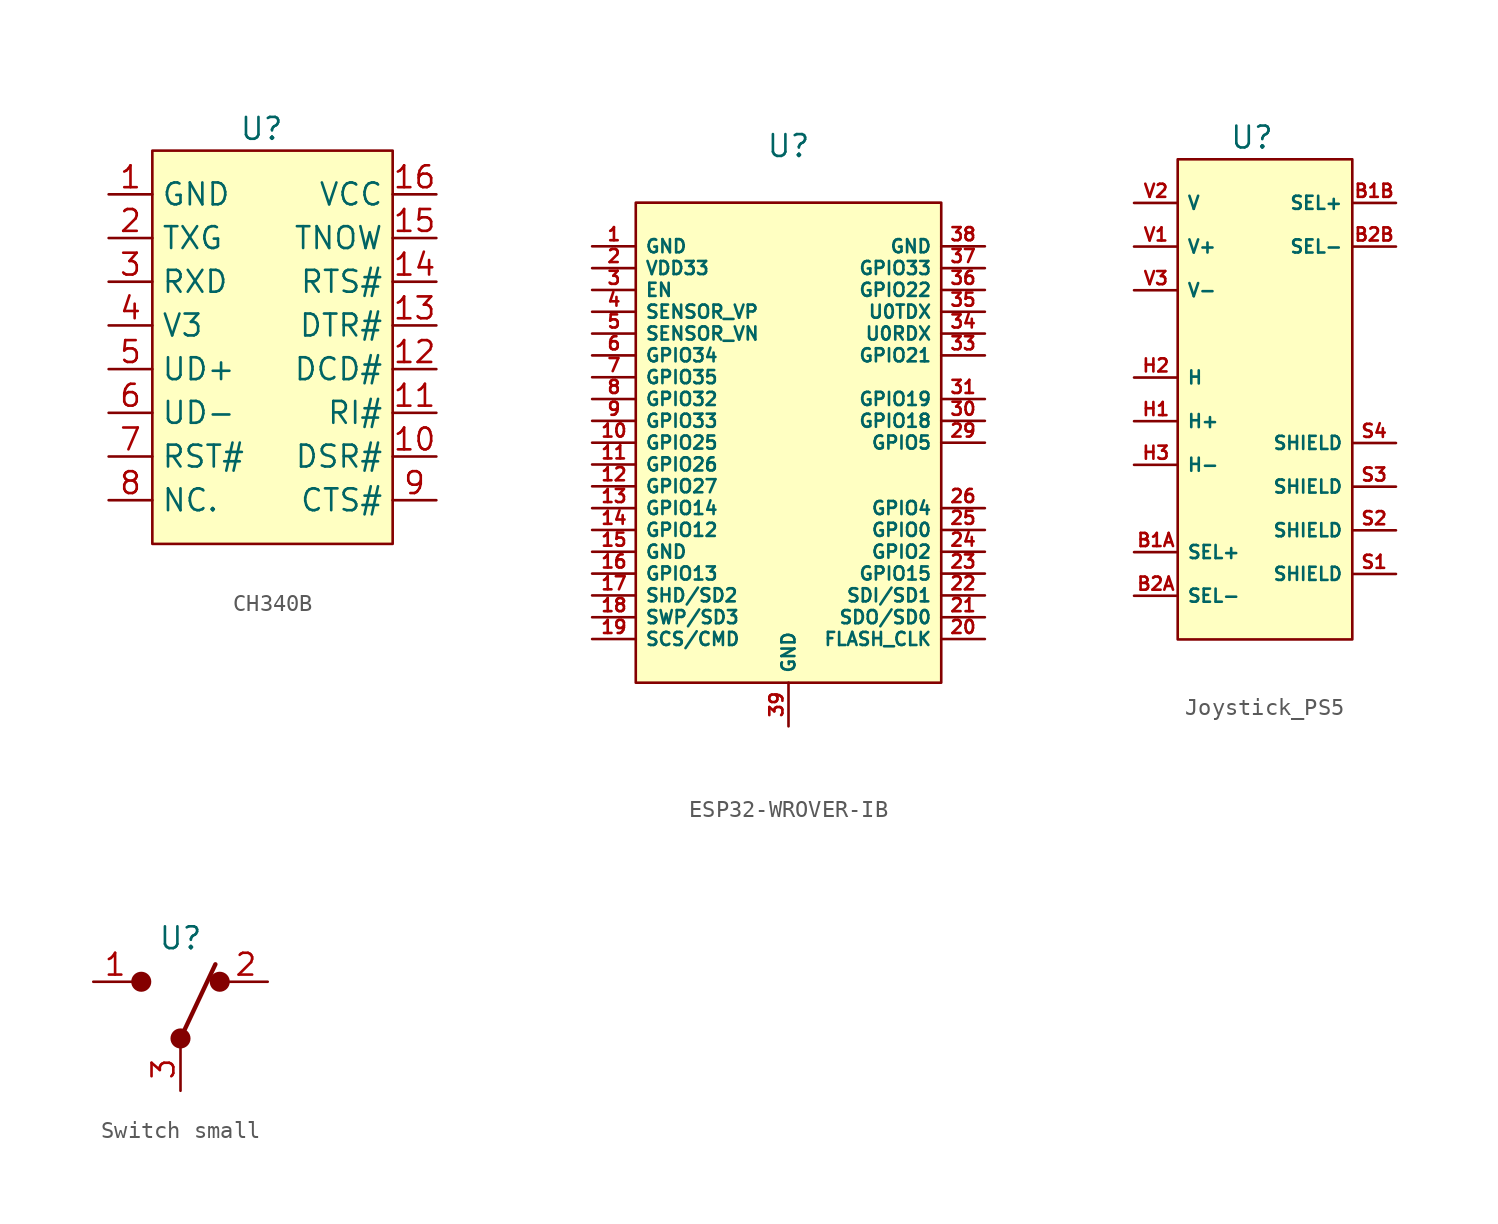
<source format=kicad_sym>
(kicad_symbol_lib
  (version 20241209)
  (generator "kicad_symbol_editor")
  (generator_version "9.0")
  (symbol "CH340B"
    (property "Reference" "U"
      (at 0 0 0)
      (effects (font (size 1.27 1.27))))
    (property "Value" ""
      (at 0 0 0)
      (effects (font (size 1.27 1.27))))
    (symbol "CH340B_0_1"
      (rectangle (start -6.35 -1.27) (end 7.62 -24.13) (stroke (width 0) (type default)) (fill (type background))))
    (symbol "CH340B_1_1"
      (pin power_out line (at -8.89 -3.81 0) (length 2.54) (name "GND" (effects (font (size 1.27 1.27)))) (number "1" (effects (font (size 1.27 1.27)))))
      (pin input line (at -8.89 -6.35 0) (length 2.54) (name "TXG" (effects (font (size 1.27 1.27)))) (number "2" (effects (font (size 1.27 1.27)))))
      (pin input line (at -8.89 -8.89 0) (length 2.54) (name "RXD" (effects (font (size 1.27 1.27)))) (number "3" (effects (font (size 1.27 1.27)))))
      (pin power_in line (at -8.89 -11.43 0) (length 2.54) (name "V3" (effects (font (size 1.27 1.27)))) (number "4" (effects (font (size 1.27 1.27)))))
      (pin bidirectional line (at -8.89 -13.97 0) (length 2.54) (name "UD+" (effects (font (size 1.27 1.27)))) (number "5" (effects (font (size 1.27 1.27)))))
      (pin bidirectional line (at -8.89 -16.51 0) (length 2.54) (name "UD-" (effects (font (size 1.27 1.27)))) (number "6" (effects (font (size 1.27 1.27)))))
      (pin input line (at -8.89 -19.05 0) (length 2.54) (name "RST#" (effects (font (size 1.27 1.27)))) (number "7" (effects (font (size 1.27 1.27)))))
      (pin passive line (at -8.89 -21.59 0) (length 2.54) (name "NC." (effects (font (size 1.27 1.27)))) (number "8" (effects (font (size 1.27 1.27)))))
      (pin power_in line (at 10.16 -3.81 180) (length 2.54) (name "VCC" (effects (font (size 1.27 1.27)))) (number "16" (effects (font (size 1.27 1.27)))))
      (pin output line (at 10.16 -6.35 180) (length 2.54) (name "TNOW" (effects (font (size 1.27 1.27)))) (number "15" (effects (font (size 1.27 1.27)))))
      (pin output line (at 10.16 -8.89 180) (length 2.54) (name "RTS#" (effects (font (size 1.27 1.27)))) (number "14" (effects (font (size 1.27 1.27)))))
      (pin output line (at 10.16 -11.43 180) (length 2.54) (name "DTR#" (effects (font (size 1.27 1.27)))) (number "13" (effects (font (size 1.27 1.27)))))
      (pin input line (at 10.16 -13.97 180) (length 2.54) (name "DCD#" (effects (font (size 1.27 1.27)))) (number "12" (effects (font (size 1.27 1.27)))))
      (pin input line (at 10.16 -16.51 180) (length 2.54) (name "RI#" (effects (font (size 1.27 1.27)))) (number "11" (effects (font (size 1.27 1.27)))))
      (pin input line (at 10.16 -19.05 180) (length 2.54) (name "DSR#" (effects (font (size 1.27 1.27)))) (number "10" (effects (font (size 1.27 1.27)))))
      (pin input line (at 10.16 -21.59 180) (length 2.54) (name "CTS#" (effects (font (size 1.27 1.27)))) (number "9" (effects (font (size 1.27 1.27)))))))
  (symbol "ESP32-WROVER-IB"
    (property "Reference" "U"
      (at 0 2.032 0)
      (effects (font (size 1.27 1.27))))
    (property "Value" ""
      (at 0 0 0)
      (effects (font (size 1.27 1.27))))
    (symbol "ESP32-WROVER-IB_0_1"
      (rectangle (start -8.89 -1.27) (end 8.89 -29.21) (stroke (width 0) (type default)) (fill (type background))))
    (symbol "ESP32-WROVER-IB_1_1"
      (pin power_out line (at -11.43 -3.81 0) (length 2.54) (name "GND" (effects (font (size 0.762 0.762)))) (number "1" (effects (font (size 0.762 0.762)))))
      (pin power_in line (at -11.43 -5.08 0) (length 2.54) (name "VDD33" (effects (font (size 0.762 0.762)))) (number "2" (effects (font (size 0.762 0.762)))))
      (pin bidirectional line (at -11.43 -6.35 0) (length 2.54) (name "EN" (effects (font (size 0.762 0.762)))) (number "3" (effects (font (size 0.762 0.762)))))
      (pin bidirectional line (at -11.43 -7.62 0) (length 2.54) (name "SENSOR_VP" (effects (font (size 0.762 0.762)))) (number "4" (effects (font (size 0.762 0.762)))))
      (pin bidirectional line (at -11.43 -8.89 0) (length 2.54) (name "SENSOR_VN" (effects (font (size 0.762 0.762)))) (number "5" (effects (font (size 0.762 0.762)))))
      (pin bidirectional line (at -11.43 -10.16 0) (length 2.54) (name "GPIO34" (effects (font (size 0.762 0.762)))) (number "6" (effects (font (size 0.762 0.762)))))
      (pin bidirectional line (at -11.43 -11.43 0) (length 2.54) (name "GPIO35" (effects (font (size 0.762 0.762)))) (number "7" (effects (font (size 0.762 0.762)))))
      (pin bidirectional line (at -11.43 -12.7 0) (length 2.54) (name "GPIO32" (effects (font (size 0.762 0.762)))) (number "8" (effects (font (size 0.762 0.762)))))
      (pin bidirectional line (at -11.43 -13.97 0) (length 2.54) (name "GPIO33" (effects (font (size 0.762 0.762)))) (number "9" (effects (font (size 0.762 0.762)))))
      (pin bidirectional line (at -11.43 -15.24 0) (length 2.54) (name "GPIO25" (effects (font (size 0.762 0.762)))) (number "10" (effects (font (size 0.762 0.762)))))
      (pin bidirectional line (at -11.43 -16.51 0) (length 2.54) (name "GPIO26" (effects (font (size 0.762 0.762)))) (number "11" (effects (font (size 0.762 0.762)))))
      (pin bidirectional line (at -11.43 -17.78 0) (length 2.54) (name "GPIO27" (effects (font (size 0.762 0.762)))) (number "12" (effects (font (size 0.762 0.762)))))
      (pin bidirectional line (at -11.43 -19.05 0) (length 2.54) (name "GPIO14" (effects (font (size 0.762 0.762)))) (number "13" (effects (font (size 0.762 0.762)))))
      (pin bidirectional line (at -11.43 -20.32 0) (length 2.54) (name "GPIO12" (effects (font (size 0.762 0.762)))) (number "14" (effects (font (size 0.762 0.762)))))
      (pin power_out line (at -11.43 -21.59 0) (length 2.54) (name "GND" (effects (font (size 0.762 0.762)))) (number "15" (effects (font (size 0.762 0.762)))))
      (pin bidirectional line (at -11.43 -22.86 0) (length 2.54) (name "GPIO13" (effects (font (size 0.762 0.762)))) (number "16" (effects (font (size 0.762 0.762)))))
      (pin bidirectional line (at -11.43 -24.13 0) (length 2.54) (name "SHD/SD2" (effects (font (size 0.762 0.762)))) (number "17" (effects (font (size 0.762 0.762)))))
      (pin bidirectional line (at -11.43 -25.4 0) (length 2.54) (name "SWP/SD3" (effects (font (size 0.762 0.762)))) (number "18" (effects (font (size 0.762 0.762)))))
      (pin bidirectional line (at -11.43 -26.67 0) (length 2.54) (name "SCS/CMD" (effects (font (size 0.762 0.762)))) (number "19" (effects (font (size 0.762 0.762)))))
      (pin power_out line (at 0 -31.75 90) (length 2.54) (name "GND" (effects (font (size 0.762 0.762)))) (number "39" (effects (font (size 0.762 0.762)))))
      (pin power_out line (at 11.43 -3.81 180) (length 2.54) (name "GND" (effects (font (size 0.762 0.762)))) (number "38" (effects (font (size 0.762 0.762)))))
      (pin bidirectional line (at 11.43 -5.08 180) (length 2.54) (name "GPIO33" (effects (font (size 0.762 0.762)))) (number "37" (effects (font (size 0.762 0.762)))))
      (pin bidirectional line (at 11.43 -6.35 180) (length 2.54) (name "GPIO22" (effects (font (size 0.762 0.762)))) (number "36" (effects (font (size 0.762 0.762)))))
      (pin bidirectional line (at 11.43 -7.62 180) (length 2.54) (name "U0TDX" (effects (font (size 0.762 0.762)))) (number "35" (effects (font (size 0.762 0.762)))))
      (pin bidirectional line (at 11.43 -8.89 180) (length 2.54) (name "U0RDX" (effects (font (size 0.762 0.762)))) (number "34" (effects (font (size 0.762 0.762)))))
      (pin bidirectional line (at 11.43 -10.16 180) (length 2.54) (name "GPIO21" (effects (font (size 0.762 0.762)))) (number "33" (effects (font (size 0.762 0.762)))))
      (pin bidirectional line (at 11.43 -12.7 180) (length 2.54) (name "GPIO19" (effects (font (size 0.762 0.762)))) (number "31" (effects (font (size 0.762 0.762)))))
      (pin bidirectional line (at 11.43 -13.97 180) (length 2.54) (name "GPIO18" (effects (font (size 0.762 0.762)))) (number "30" (effects (font (size 0.762 0.762)))))
      (pin bidirectional line (at 11.43 -15.24 180) (length 2.54) (name "GPIO5" (effects (font (size 0.762 0.762)))) (number "29" (effects (font (size 0.762 0.762)))))
      (pin bidirectional line (at 11.43 -19.05 180) (length 2.54) (name "GPIO4" (effects (font (size 0.762 0.762)))) (number "26" (effects (font (size 0.762 0.762)))))
      (pin bidirectional line (at 11.43 -20.32 180) (length 2.54) (name "GPIO0" (effects (font (size 0.762 0.762)))) (number "25" (effects (font (size 0.762 0.762)))))
      (pin bidirectional line (at 11.43 -21.59 180) (length 2.54) (name "GPIO2" (effects (font (size 0.762 0.762)))) (number "24" (effects (font (size 0.762 0.762)))))
      (pin bidirectional line (at 11.43 -22.86 180) (length 2.54) (name "GPIO15" (effects (font (size 0.762 0.762)))) (number "23" (effects (font (size 0.762 0.762)))))
      (pin bidirectional line (at 11.43 -24.13 180) (length 2.54) (name "SDI/SD1" (effects (font (size 0.762 0.762)))) (number "22" (effects (font (size 0.762 0.762)))))
      (pin power_in line (at 11.43 -25.4 180) (length 2.54) (name "SDO/SD0" (effects (font (size 0.762 0.762)))) (number "21" (effects (font (size 0.762 0.762)))))
      (pin bidirectional line (at 11.43 -26.67 180) (length 2.54) (name "FLASH_CLK" (effects (font (size 0.762 0.762)))) (number "20" (effects (font (size 0.762 0.762)))))))
  (symbol "Joystick_PS5"
    (property "Reference" "U"
      (at -0.762 15.24 0)
      (effects (font (size 1.27 1.27))))
    (property "Value" ""
      (at 0 0 0)
      (effects (font (size 1.27 1.27))))
    (symbol "Joystick_PS5_0_1"
      (rectangle (start -5.08 13.97) (end 5.08 -13.97) (stroke (width 0) (type default)) (fill (type background))))
    (symbol "Joystick_PS5_1_1"
      (pin passive line (at -7.62 11.43 0) (length 2.54) (name "V" (effects (font (size 0.762 0.762)))) (number "V2" (effects (font (size 0.762 0.762)))))
      (pin passive line (at -7.62 8.89 0) (length 2.54) (name "V+" (effects (font (size 0.762 0.762)))) (number "V1" (effects (font (size 0.762 0.762)))))
      (pin passive line (at -7.62 6.35 0) (length 2.54) (name "V-" (effects (font (size 0.762 0.762)))) (number "V3" (effects (font (size 0.762 0.762)))))
      (pin passive line (at -7.62 1.27 0) (length 2.54) (name "H" (effects (font (size 0.762 0.762)))) (number "H2" (effects (font (size 0.762 0.762)))))
      (pin passive line (at -7.62 -1.27 0) (length 2.54) (name "H+" (effects (font (size 0.762 0.762)))) (number "H1" (effects (font (size 0.762 0.762)))))
      (pin passive line (at -7.62 -3.81 0) (length 2.54) (name "H-" (effects (font (size 0.762 0.762)))) (number "H3" (effects (font (size 0.762 0.762)))))
      (pin passive line (at -7.62 -8.89 0) (length 2.54) (name "SEL+" (effects (font (size 0.762 0.762)))) (number "B1A" (effects (font (size 0.762 0.762)))))
      (pin passive line (at -7.62 -11.43 0) (length 2.54) (name "SEL-" (effects (font (size 0.762 0.762)))) (number "B2A" (effects (font (size 0.762 0.762)))))
      (pin passive line (at 7.62 11.43 180) (length 2.54) (name "SEL+" (effects (font (size 0.762 0.762)))) (number "B1B" (effects (font (size 0.762 0.762)))))
      (pin passive line (at 7.62 8.89 180) (length 2.54) (name "SEL-" (effects (font (size 0.762 0.762)))) (number "B2B" (effects (font (size 0.762 0.762)))))
      (pin power_out line (at 7.62 -2.54 180) (length 2.54) (name "SHIELD" (effects (font (size 0.762 0.762)))) (number "S4" (effects (font (size 0.762 0.762)))))
      (pin power_out line (at 7.62 -5.08 180) (length 2.54) (name "SHIELD" (effects (font (size 0.762 0.762)))) (number "S3" (effects (font (size 0.762 0.762)))))
      (pin power_out line (at 7.62 -7.62 180) (length 2.54) (name "SHIELD" (effects (font (size 0.762 0.762)))) (number "S2" (effects (font (size 0.762 0.762)))))
      (pin power_out line (at 7.62 -10.16 180) (length 2.54) (name "SHIELD" (effects (font (size 0.762 0.762)))) (number "S1" (effects (font (size 0.762 0.762)))))))
  (symbol "Switch small"
    (property "Reference" "U"
      (at 0 0 0)
      (effects (font (size 1.27 1.27))))
    (property "Value" ""
      (at 0 0 0)
      (effects (font (size 1.27 1.27))))
    (symbol "Switch small_1_1"
      (circle (center -2.286 -2.54) (radius 0.508) (stroke (width 0) (type solid)) (fill (type outline)))
      (polyline (pts (xy 0 -5.842) (xy 2.032 -1.524)) (stroke (width 0.254) (type default)) (fill (type none)))
      (circle (center 0 -5.842) (radius 0.508) (stroke (width 0) (type solid)) (fill (type outline)))
      (circle (center 2.286 -2.54) (radius 0.508) (stroke (width 0) (type solid)) (fill (type outline)))
      (pin passive line (at -5.08 -2.54 0) (length 2.54) (name "" (effects (font (size 1.27 1.27)))) (number "1" (effects (font (size 1.27 1.27)))))
      (pin passive line (at 0 -8.89 90) (length 2.54) (name "" (effects (font (size 1.27 1.27)))) (number "3" (effects (font (size 1.27 1.27)))))
      (pin passive line (at 5.08 -2.54 180) (length 2.54) (name "" (effects (font (size 1.27 1.27)))) (number "2" (effects (font (size 1.27 1.27))))))))
</source>
